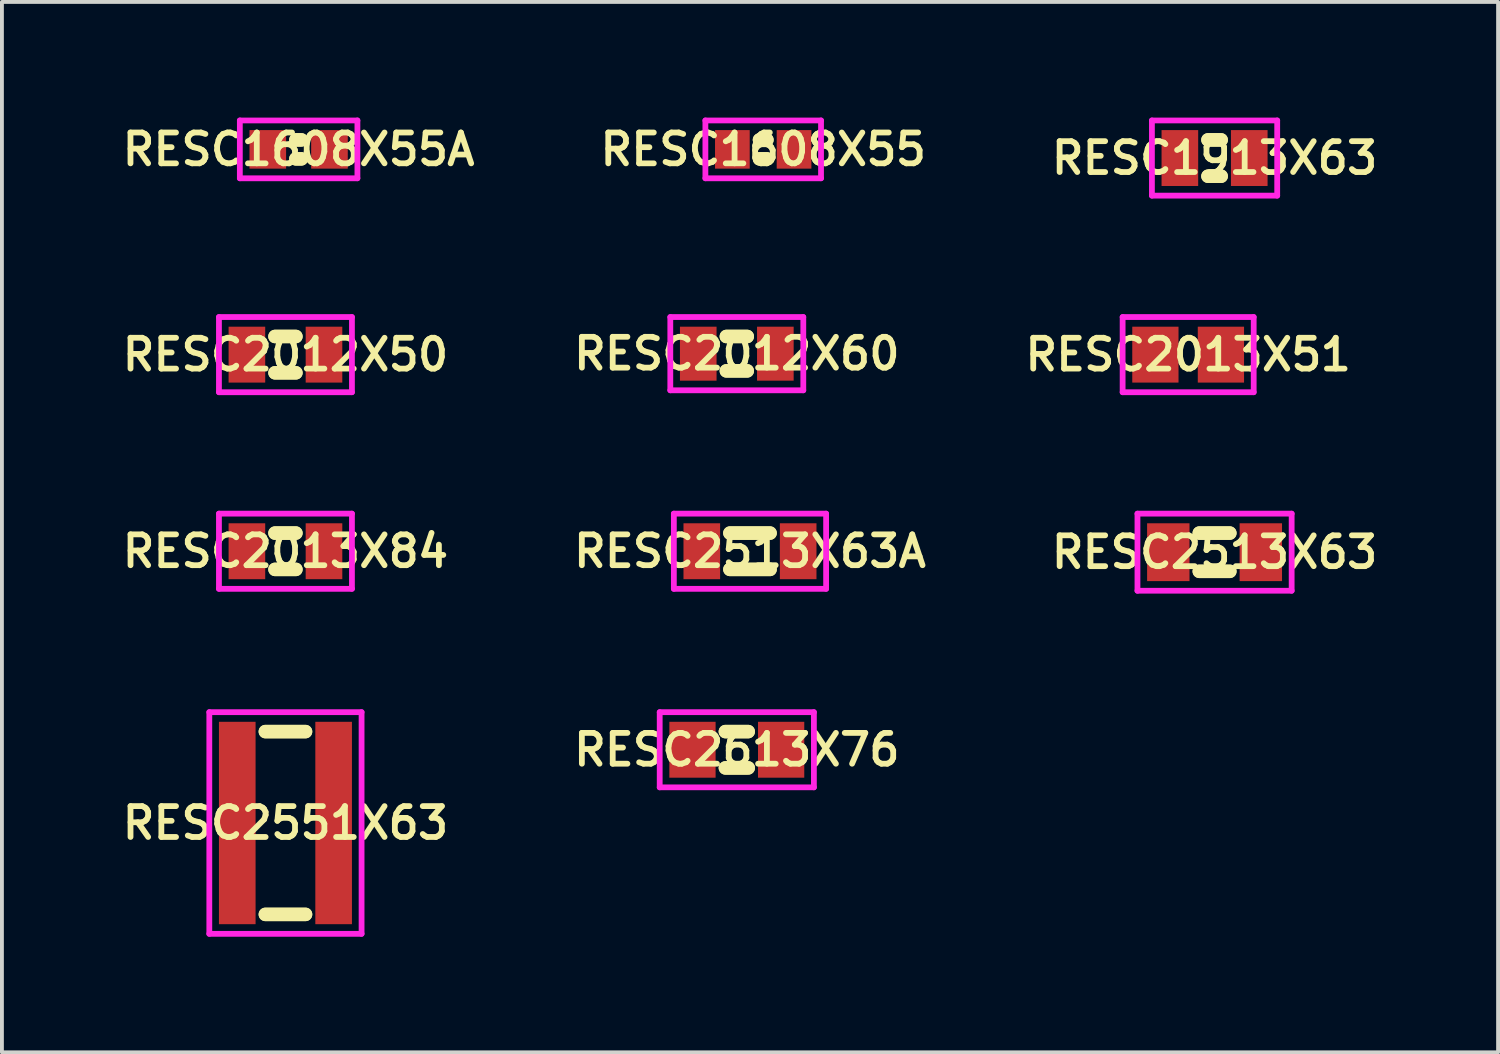
<source format=kicad_pcb>
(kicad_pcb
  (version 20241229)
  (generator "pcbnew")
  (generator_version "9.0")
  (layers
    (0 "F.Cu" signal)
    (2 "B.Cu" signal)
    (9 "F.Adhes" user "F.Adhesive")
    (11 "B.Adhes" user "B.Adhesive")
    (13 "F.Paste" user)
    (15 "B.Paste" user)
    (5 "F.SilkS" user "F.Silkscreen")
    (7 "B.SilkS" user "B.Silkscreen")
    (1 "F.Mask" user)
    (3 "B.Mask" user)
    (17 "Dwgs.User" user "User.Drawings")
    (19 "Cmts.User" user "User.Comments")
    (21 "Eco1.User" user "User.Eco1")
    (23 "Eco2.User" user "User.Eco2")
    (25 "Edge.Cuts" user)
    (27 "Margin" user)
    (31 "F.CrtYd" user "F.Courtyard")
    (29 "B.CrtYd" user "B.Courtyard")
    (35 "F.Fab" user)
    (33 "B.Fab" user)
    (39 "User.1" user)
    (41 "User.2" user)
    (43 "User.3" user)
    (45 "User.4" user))
  (footprint "RESC2013X51"
    (layer "F.Cu")
    (at 27.773 6.15)
    (property "Reference" "RESC2013X51" (at 0 0 0) (layer "F.SilkS") (effects (font (size 0.8 0.8) (thickness 0.15))))
    (attr smd)
    (fp_line (start -1.7 -0.975) (end 1.7 -0.975) (stroke (width 0.15) (type solid)) (layer "F.CrtYd"))
    (fp_line (start -1.7 0.975) (end -1.7 -0.975) (stroke (width 0.15) (type solid)) (layer "F.CrtYd"))
    (fp_line (start 1.7 -0.975) (end 1.7 0.975) (stroke (width 0.15) (type solid)) (layer "F.CrtYd"))
    (fp_line (start 1.7 0.975) (end -1.7 0.975) (stroke (width 0.15) (type solid)) (layer "F.CrtYd"))
    (pad "1" smd rect (at -0.85 0) (size 1.2 1.45) (layers "F.Cu" "F.Mask" "F.Paste"))
    (pad "2" smd rect (at 0.85 0) (size 1.2 1.45) (layers "F.Cu" "F.Mask" "F.Paste")))
  (footprint "RESC1608X55"
    (layer "F.Cu")
    (at 16.749 0.825)
    (property "Reference" "RESC1608X55" (at 0 0 0) (layer "F.SilkS") (effects (font (size 0.8 0.8) (thickness 0.15))))
    (attr smd)
    (fp_line (start -0.096 -0.246) (end 0.096 -0.246) (stroke (width 0.35) (type solid)) (layer "F.SilkS"))
    (fp_line (start -0.096 0.246) (end 0.096 0.246) (stroke (width 0.35) (type solid)) (layer "F.SilkS"))
    (fp_line (start 0.096 -0.246) (end -0.096 -0.246) (stroke (width 0.35) (type solid)) (layer "F.SilkS"))
    (fp_line (start 0.096 0.246) (end -0.096 0.246) (stroke (width 0.35) (type solid)) (layer "F.SilkS"))
    (fp_line (start -1.5 -0.75) (end 1.5 -0.75) (stroke (width 0.15) (type solid)) (layer "F.CrtYd"))
    (fp_line (start -1.5 0.75) (end -1.5 -0.75) (stroke (width 0.15) (type solid)) (layer "F.CrtYd"))
    (fp_line (start 1.5 -0.75) (end 1.5 0.75) (stroke (width 0.15) (type solid)) (layer "F.CrtYd"))
    (fp_line (start 1.5 0.75) (end -1.5 0.75) (stroke (width 0.15) (type solid)) (layer "F.CrtYd"))
    (pad "1" smd rect (at -0.8 0) (size 0.9 1) (layers "F.Cu" "F.Mask" "F.Paste"))
    (pad "2" smd rect (at 0.8 0) (size 0.9 1) (layers "F.Cu" "F.Mask" "F.Paste")))
  (footprint "RESC2513X63A"
    (layer "F.Cu")
    (at 16.406 11.25)
    (property "Reference" "RESC2513X63A" (at 0 0 0) (layer "F.SilkS") (effects (font (size 0.8 0.8) (thickness 0.15))))
    (attr smd)
    (fp_line (start -0.521 -0.471) (end 0.521 -0.471) (stroke (width 0.35) (type solid)) (layer "F.SilkS"))
    (fp_line (start -0.521 0.471) (end 0.521 0.471) (stroke (width 0.35) (type solid)) (layer "F.SilkS"))
    (fp_line (start 0.521 -0.471) (end -0.521 -0.471) (stroke (width 0.35) (type solid)) (layer "F.SilkS"))
    (fp_line (start 0.521 0.471) (end -0.521 0.471) (stroke (width 0.35) (type solid)) (layer "F.SilkS"))
    (fp_line (start -1.975 -0.975) (end 1.975 -0.975) (stroke (width 0.15) (type solid)) (layer "F.CrtYd"))
    (fp_line (start -1.975 0.975) (end -1.975 -0.975) (stroke (width 0.15) (type solid)) (layer "F.CrtYd"))
    (fp_line (start 1.975 -0.975) (end 1.975 0.975) (stroke (width 0.15) (type solid)) (layer "F.CrtYd"))
    (fp_line (start 1.975 0.975) (end -1.975 0.975) (stroke (width 0.15) (type solid)) (layer "F.CrtYd"))
    (pad "1" smd rect (at -1.25 0) (size 0.95 1.45) (layers "F.Cu" "F.Mask" "F.Paste"))
    (pad "2" smd rect (at 1.25 0) (size 0.95 1.45) (layers "F.Cu" "F.Mask" "F.Paste")))
  (footprint "RESC2513X63"
    (layer "F.Cu")
    (at 28.458 11.275)
    (property "Reference" "RESC2513X63" (at 0 0 0) (layer "F.SilkS") (effects (font (size 0.8 0.8) (thickness 0.15))))
    (attr smd)
    (fp_line (start -0.396 -0.496) (end 0.396 -0.496) (stroke (width 0.35) (type solid)) (layer "F.SilkS"))
    (fp_line (start -0.396 0.496) (end 0.396 0.496) (stroke (width 0.35) (type solid)) (layer "F.SilkS"))
    (fp_line (start 0.396 -0.496) (end -0.396 -0.496) (stroke (width 0.35) (type solid)) (layer "F.SilkS"))
    (fp_line (start 0.396 0.496) (end -0.396 0.496) (stroke (width 0.35) (type solid)) (layer "F.SilkS"))
    (fp_line (start -2 -1) (end 2 -1) (stroke (width 0.15) (type solid)) (layer "F.CrtYd"))
    (fp_line (start -2 1) (end -2 -1) (stroke (width 0.15) (type solid)) (layer "F.CrtYd"))
    (fp_line (start 2 -1) (end 2 1) (stroke (width 0.15) (type solid)) (layer "F.CrtYd"))
    (fp_line (start 2 1) (end -2 1) (stroke (width 0.15) (type solid)) (layer "F.CrtYd"))
    (pad "1" smd rect (at -1.2 0) (size 1.1 1.5) (layers "F.Cu" "F.Mask" "F.Paste"))
    (pad "2" smd rect (at 1.2 0) (size 1.1 1.5) (layers "F.Cu" "F.Mask" "F.Paste")))
  (footprint "RESC2613X76"
    (layer "F.Cu")
    (at 16.064 16.4)
    (property "Reference" "RESC2613X76" (at 0 0 0) (layer "F.SilkS") (effects (font (size 0.8 0.8) (thickness 0.15))))
    (attr smd)
    (fp_line (start -0.296 -0.471) (end 0.296 -0.471) (stroke (width 0.35) (type solid)) (layer "F.SilkS"))
    (fp_line (start -0.296 0.471) (end 0.296 0.471) (stroke (width 0.35) (type solid)) (layer "F.SilkS"))
    (fp_line (start 0.296 -0.471) (end -0.296 -0.471) (stroke (width 0.35) (type solid)) (layer "F.SilkS"))
    (fp_line (start 0.296 0.471) (end -0.296 0.471) (stroke (width 0.35) (type solid)) (layer "F.SilkS"))
    (fp_line (start -2 -0.975) (end 2 -0.975) (stroke (width 0.15) (type solid)) (layer "F.CrtYd"))
    (fp_line (start -2 0.975) (end -2 -0.975) (stroke (width 0.15) (type solid)) (layer "F.CrtYd"))
    (fp_line (start 2 -0.975) (end 2 0.975) (stroke (width 0.15) (type solid)) (layer "F.CrtYd"))
    (fp_line (start 2 0.975) (end -2 0.975) (stroke (width 0.15) (type solid)) (layer "F.CrtYd"))
    (pad "1" smd rect (at -1.15 0) (size 1.2 1.45) (layers "F.Cu" "F.Mask" "F.Paste"))
    (pad "2" smd rect (at 1.15 0) (size 1.2 1.45) (layers "F.Cu" "F.Mask" "F.Paste")))
  (footprint "RESC2012X50"
    (layer "F.Cu")
    (at 4.355 6.15)
    (property "Reference" "RESC2012X50" (at 0 0 0) (layer "F.SilkS") (effects (font (size 0.8 0.8) (thickness 0.15))))
    (attr through_hole)
    (fp_line (start -0.271 -0.471) (end 0.271 -0.471) (stroke (width 0.35) (type solid)) (layer "F.SilkS"))
    (fp_line (start -0.271 0.471) (end 0.271 0.471) (stroke (width 0.35) (type solid)) (layer "F.SilkS"))
    (fp_line (start 0.271 -0.471) (end -0.271 -0.471) (stroke (width 0.35) (type solid)) (layer "F.SilkS"))
    (fp_line (start 0.271 0.471) (end -0.271 0.471) (stroke (width 0.35) (type solid)) (layer "F.SilkS"))
    (fp_line (start -1.725 -0.975) (end 1.725 -0.975) (stroke (width 0.15) (type solid)) (layer "F.CrtYd"))
    (fp_line (start -1.725 0.975) (end -1.725 -0.975) (stroke (width 0.15) (type solid)) (layer "F.CrtYd"))
    (fp_line (start 1.725 -0.975) (end 1.725 0.975) (stroke (width 0.15) (type solid)) (layer "F.CrtYd"))
    (fp_line (start 1.725 0.975) (end -1.725 0.975) (stroke (width 0.15) (type solid)) (layer "F.CrtYd"))
    (pad "1" smd rect (at -1 0) (size 0.95 1.45) (layers "F.Cu" "F.Mask" "F.Paste"))
    (pad "2" smd rect (at 1 0) (size 0.95 1.45) (layers "F.Cu" "F.Mask" "F.Paste")))
  (footprint "RESC2013X84"
    (layer "F.Cu")
    (at 4.355 11.25)
    (property "Reference" "RESC2013X84" (at 0 0 0) (layer "F.SilkS") (effects (font (size 0.8 0.8) (thickness 0.15))))
    (attr smd)
    (fp_line (start -0.271 -0.471) (end 0.271 -0.471) (stroke (width 0.35) (type solid)) (layer "F.SilkS"))
    (fp_line (start -0.271 0.471) (end 0.271 0.471) (stroke (width 0.35) (type solid)) (layer "F.SilkS"))
    (fp_line (start 0.271 -0.471) (end -0.271 -0.471) (stroke (width 0.35) (type solid)) (layer "F.SilkS"))
    (fp_line (start 0.271 0.471) (end -0.271 0.471) (stroke (width 0.35) (type solid)) (layer "F.SilkS"))
    (fp_line (start -1.725 -0.975) (end 1.725 -0.975) (stroke (width 0.15) (type solid)) (layer "F.CrtYd"))
    (fp_line (start -1.725 0.975) (end -1.725 -0.975) (stroke (width 0.15) (type solid)) (layer "F.CrtYd"))
    (fp_line (start 1.725 -0.975) (end 1.725 0.975) (stroke (width 0.15) (type solid)) (layer "F.CrtYd"))
    (fp_line (start 1.725 0.975) (end -1.725 0.975) (stroke (width 0.15) (type solid)) (layer "F.CrtYd"))
    (pad "1" smd rect (at -1 0) (size 0.95 1.45) (layers "F.Cu" "F.Mask" "F.Paste"))
    (pad "2" smd rect (at 1 0) (size 0.95 1.45) (layers "F.Cu" "F.Mask" "F.Paste")))
  (footprint "RESC1608X55A"
    (layer "F.Cu")
    (at 4.697 0.825)
    (property "Reference" "RESC1608X55A" (at 0 0 0) (layer "F.SilkS") (effects (font (size 0.8 0.8) (thickness 0.15))))
    (attr smd)
    (fp_line (start -0.071 -0.246) (end 0.071 -0.246) (stroke (width 0.35) (type solid)) (layer "F.SilkS"))
    (fp_line (start -0.071 0.246) (end 0.071 0.246) (stroke (width 0.35) (type solid)) (layer "F.SilkS"))
    (fp_line (start 0.071 -0.246) (end -0.071 -0.246) (stroke (width 0.35) (type solid)) (layer "F.SilkS"))
    (fp_line (start 0.071 0.246) (end -0.071 0.246) (stroke (width 0.35) (type solid)) (layer "F.SilkS"))
    (fp_line (start -1.525 -0.75) (end 1.525 -0.75) (stroke (width 0.15) (type solid)) (layer "F.CrtYd"))
    (fp_line (start -1.525 0.75) (end -1.525 -0.75) (stroke (width 0.15) (type solid)) (layer "F.CrtYd"))
    (fp_line (start 1.525 -0.75) (end 1.525 0.75) (stroke (width 0.15) (type solid)) (layer "F.CrtYd"))
    (fp_line (start 1.525 0.75) (end -1.525 0.75) (stroke (width 0.15) (type solid)) (layer "F.CrtYd"))
    (pad "1" smd rect (at -0.8 0) (size 0.95 1) (layers "F.Cu" "F.Mask" "F.Paste"))
    (pad "2" smd rect (at 0.8 0) (size 0.95 1) (layers "F.Cu" "F.Mask" "F.Paste")))
  (footprint "RESC2551X63"
    (layer "F.Cu")
    (at 4.355 18.3)
    (property "Reference" "RESC2551X63" (at 0 0 0) (layer "F.SilkS") (effects (font (size 0.8 0.8) (thickness 0.15))))
    (attr smd)
    (fp_line (start -0.521 -2.371) (end 0.521 -2.371) (stroke (width 0.35) (type solid)) (layer "F.SilkS"))
    (fp_line (start -0.521 2.371) (end 0.521 2.371) (stroke (width 0.35) (type solid)) (layer "F.SilkS"))
    (fp_line (start 0.521 -2.371) (end -0.521 -2.371) (stroke (width 0.35) (type solid)) (layer "F.SilkS"))
    (fp_line (start 0.521 2.371) (end -0.521 2.371) (stroke (width 0.35) (type solid)) (layer "F.SilkS"))
    (fp_line (start -1.975 -2.875) (end 1.975 -2.875) (stroke (width 0.15) (type solid)) (layer "F.CrtYd"))
    (fp_line (start -1.975 2.875) (end -1.975 -2.875) (stroke (width 0.15) (type solid)) (layer "F.CrtYd"))
    (fp_line (start 1.975 -2.875) (end 1.975 2.875) (stroke (width 0.15) (type solid)) (layer "F.CrtYd"))
    (fp_line (start 1.975 2.875) (end -1.975 2.875) (stroke (width 0.15) (type solid)) (layer "F.CrtYd"))
    (pad "1" smd rect (at -1.25 0) (size 0.95 5.25) (layers "F.Cu" "F.Mask" "F.Paste"))
    (pad "2" smd rect (at 1.25 0) (size 0.95 5.25) (layers "F.Cu" "F.Mask" "F.Paste")))
  (footprint "RESC1913X63"
    (layer "F.Cu")
    (at 28.458 1.05)
    (property "Reference" "RESC1913X63" (at 0 0 0) (layer "F.SilkS") (effects (font (size 0.8 0.8) (thickness 0.15))))
    (attr through_hole)
    (fp_line (start -0.171 -0.471) (end 0.171 -0.471) (stroke (width 0.35) (type solid)) (layer "F.SilkS"))
    (fp_line (start -0.171 0.471) (end 0.171 0.471) (stroke (width 0.35) (type solid)) (layer "F.SilkS"))
    (fp_line (start 0.171 -0.471) (end -0.171 -0.471) (stroke (width 0.35) (type solid)) (layer "F.SilkS"))
    (fp_line (start 0.171 0.471) (end -0.171 0.471) (stroke (width 0.35) (type solid)) (layer "F.SilkS"))
    (fp_line (start -1.625 -0.975) (end 1.625 -0.975) (stroke (width 0.15) (type solid)) (layer "F.CrtYd"))
    (fp_line (start -1.625 0.975) (end -1.625 -0.975) (stroke (width 0.15) (type solid)) (layer "F.CrtYd"))
    (fp_line (start 1.625 -0.975) (end 1.625 0.975) (stroke (width 0.15) (type solid)) (layer "F.CrtYd"))
    (fp_line (start 1.625 0.975) (end -1.625 0.975) (stroke (width 0.15) (type solid)) (layer "F.CrtYd"))
    (pad "1" smd rect (at -0.9 0) (size 0.95 1.45) (layers "F.Cu" "F.Mask" "F.Paste"))
    (pad "2" smd rect (at 0.9 0) (size 0.95 1.45) (layers "F.Cu" "F.Mask" "F.Paste")))
  (footprint "RESC2012X60"
    (layer "F.Cu")
    (at 16.064 6.125)
    (property "Reference" "RESC2012X60" (at 0 0 0) (layer "F.SilkS") (effects (font (size 0.8 0.8) (thickness 0.15))))
    (attr smd)
    (fp_line (start -0.271 -0.446) (end 0.271 -0.446) (stroke (width 0.35) (type solid)) (layer "F.SilkS"))
    (fp_line (start -0.271 0.446) (end 0.271 0.446) (stroke (width 0.35) (type solid)) (layer "F.SilkS"))
    (fp_line (start 0.271 -0.446) (end -0.271 -0.446) (stroke (width 0.35) (type solid)) (layer "F.SilkS"))
    (fp_line (start 0.271 0.446) (end -0.271 0.446) (stroke (width 0.35) (type solid)) (layer "F.SilkS"))
    (fp_line (start -1.725 -0.95) (end 1.725 -0.95) (stroke (width 0.15) (type solid)) (layer "F.CrtYd"))
    (fp_line (start -1.725 0.95) (end -1.725 -0.95) (stroke (width 0.15) (type solid)) (layer "F.CrtYd"))
    (fp_line (start 1.725 -0.95) (end 1.725 0.95) (stroke (width 0.15) (type solid)) (layer "F.CrtYd"))
    (fp_line (start 1.725 0.95) (end -1.725 0.95) (stroke (width 0.15) (type solid)) (layer "F.CrtYd"))
    (pad "1" smd rect (at -1 0) (size 0.95 1.4) (layers "F.Cu" "F.Mask" "F.Paste"))
    (pad "2" smd rect (at 1 0) (size 0.95 1.4) (layers "F.Cu" "F.Mask" "F.Paste")))
  (gr_rect
    (start -3 -3)
    (end 35.813 24.25)
    (stroke (width 0.1) (type default))
    (fill no)
    (layer "Edge.Cuts")))
</source>
